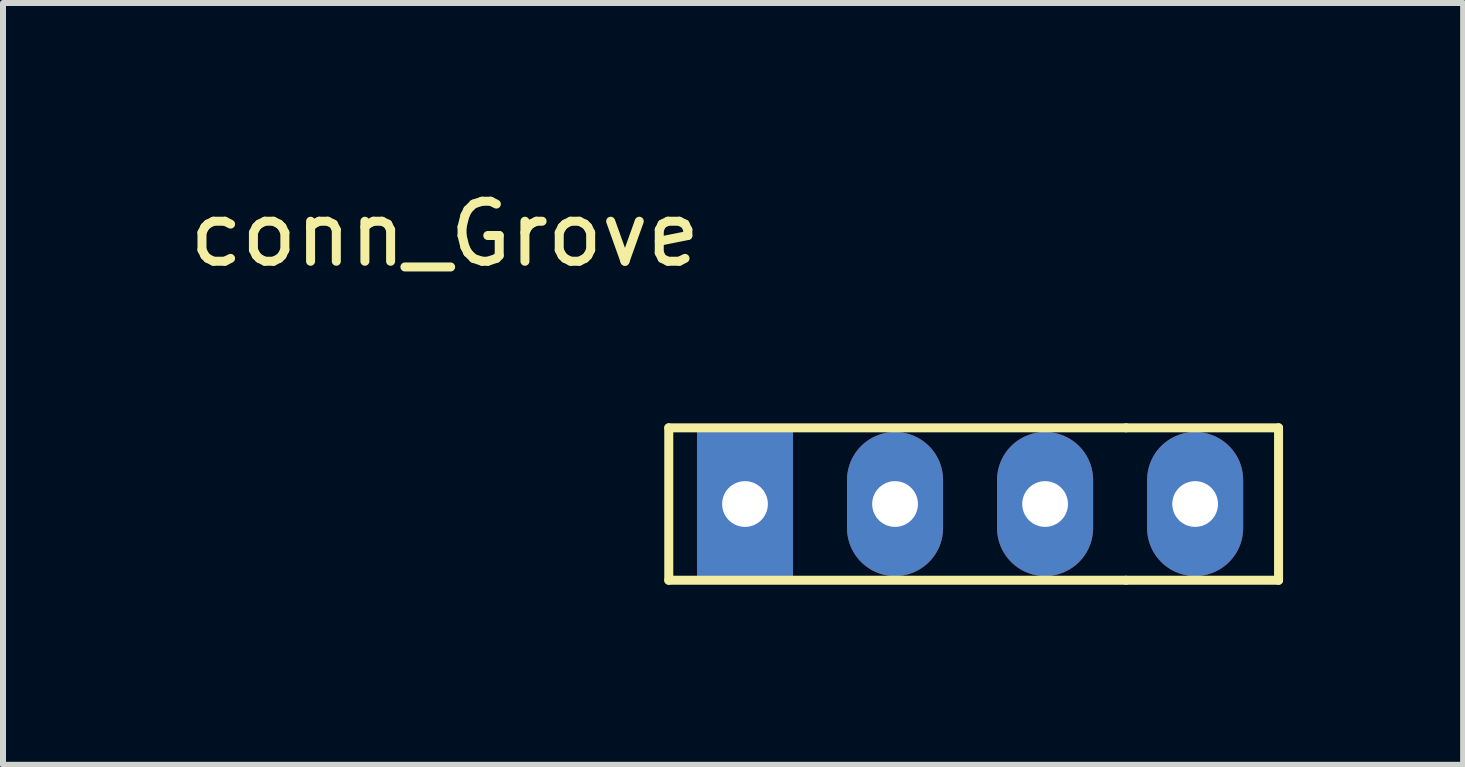
<source format=kicad_pcb>
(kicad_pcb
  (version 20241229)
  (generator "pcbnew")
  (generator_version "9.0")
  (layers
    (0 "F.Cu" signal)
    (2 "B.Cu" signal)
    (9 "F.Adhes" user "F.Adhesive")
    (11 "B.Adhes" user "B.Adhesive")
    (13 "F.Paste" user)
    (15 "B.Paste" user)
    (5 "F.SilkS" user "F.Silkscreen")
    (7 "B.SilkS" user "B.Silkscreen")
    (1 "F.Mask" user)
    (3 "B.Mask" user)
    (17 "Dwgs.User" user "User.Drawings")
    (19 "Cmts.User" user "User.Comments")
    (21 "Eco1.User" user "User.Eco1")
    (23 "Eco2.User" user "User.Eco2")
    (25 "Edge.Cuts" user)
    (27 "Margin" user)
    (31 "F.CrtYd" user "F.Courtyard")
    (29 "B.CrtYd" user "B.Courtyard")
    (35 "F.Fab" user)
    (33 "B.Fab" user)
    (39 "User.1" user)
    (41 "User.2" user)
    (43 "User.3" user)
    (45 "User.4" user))
  (footprint "conn_Grove"
    (layer "F.Cu")
    (at 9.363 5.348)
    (property "Reference" "conn_Grove" (at -5 -4.5 0) (layer "F.SilkS") (effects (font (size 1 1) (thickness 0.15))))
    (attr through_hole)
    (fp_line (start -1.27 -1.27) (end 6.35 -1.27) (stroke (width 0.15) (type solid)) (layer "F.SilkS"))
    (fp_line (start -1.27 1.27) (end -1.27 -1.27) (stroke (width 0.15) (type solid)) (layer "F.SilkS"))
    (fp_line (start 6.35 -1.27) (end 8.89 -1.27) (stroke (width 0.15) (type solid)) (layer "F.SilkS"))
    (fp_line (start 6.35 1.27) (end -1.27 1.27) (stroke (width 0.15) (type solid)) (layer "F.SilkS"))
    (fp_line (start 8.89 -1.27) (end 8.89 1.27) (stroke (width 0.15) (type solid)) (layer "F.SilkS"))
    (fp_line (start 8.89 1.27) (end 6.35 1.27) (stroke (width 0.15) (type solid)) (layer "F.SilkS"))
    (pad "1" thru_hole rect (at 0 0) (size 1.6 2.4) (drill 0.762) (layers "*.Cu" "*.Mask"))
    (pad "2" thru_hole oval (at 2.5 0) (size 1.6 2.4) (drill 0.762) (layers "*.Cu" "*.Mask"))
    (pad "3" thru_hole oval (at 5 0) (size 1.6 2.4) (drill 0.762) (layers "*.Cu" "*.Mask"))
    (pad "4" thru_hole oval (at 7.5 0) (size 1.6 2.4) (drill 0.762) (layers "*.Cu" "*.Mask")))
  (gr_rect
    (start -3 -3)
    (end 21.328 9.693)
    (stroke (width 0.1) (type default))
    (fill no)
    (layer "Edge.Cuts")))
</source>
